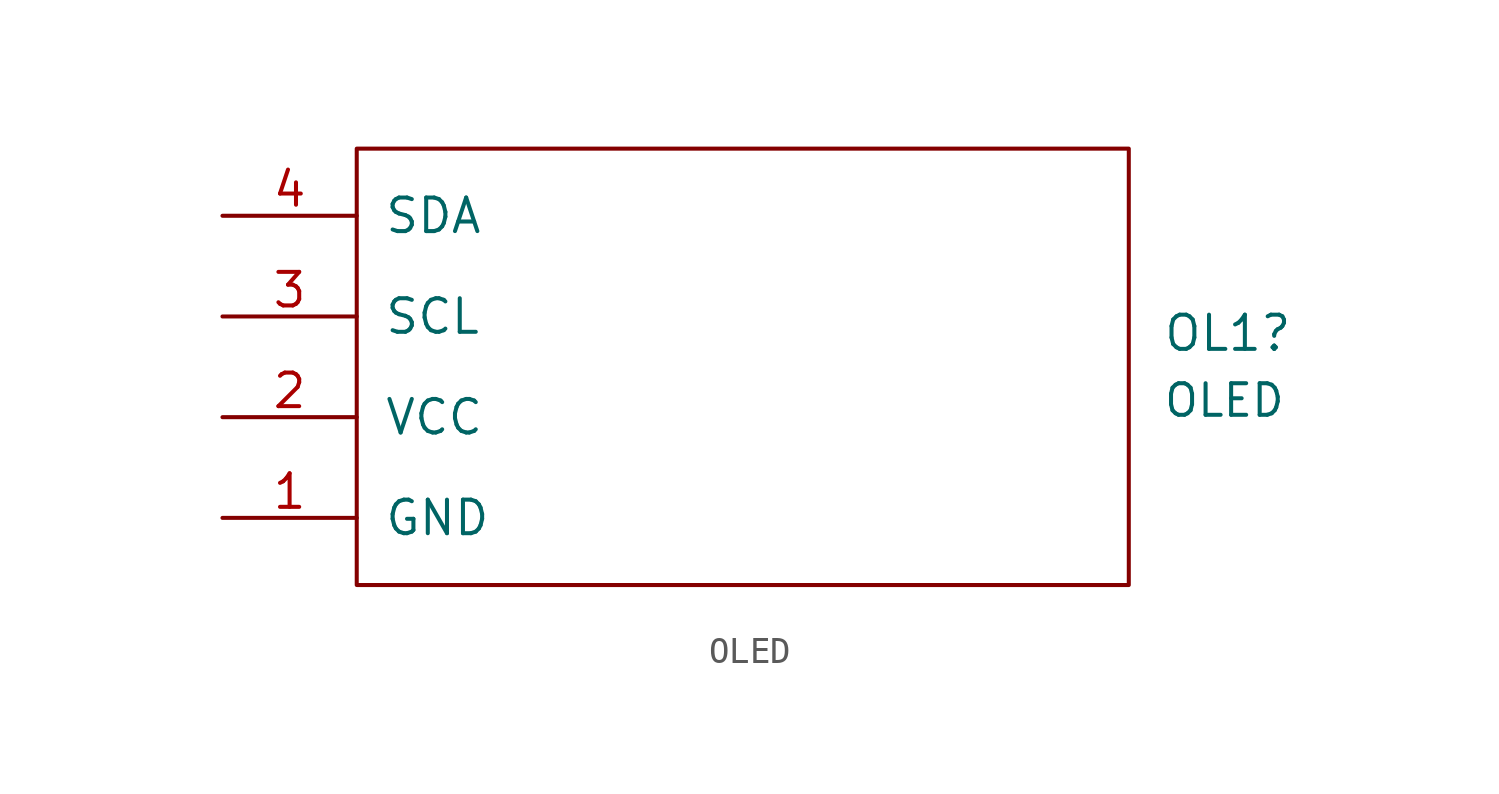
<source format=kicad_sym>
(kicad_symbol_lib
  (version 20231120)
  (generator "kicad_symbol_editor")
  (generator_version "8.0")
  (symbol "OLED"
    (pin_names
      (offset 1.016))
    (property "Reference" "OL1"
      (at 16.51 1.905 0)
      (effects (font (size 1.295 1.295)) (justify left)))
    (property "Value" "OLED"
      (at 16.51 -0.635 0)
      (effects (font (size 1.194 1.194)) (justify left)))
    (symbol "OLED_0_1"
      (rectangle (start -13.97 8.89) (end 15.24 -7.62) (stroke (width 0) (type solid)) (fill (type none))))
    (symbol "OLED_1_1"
      (pin power_in line (at -19.05 -5.08 0) (length 5.08) (name "GND" (effects (font (size 1.27 1.27)))) (number "1" (effects (font (size 1.27 1.27)))))
      (pin power_in line (at -19.05 -1.27 0) (length 5.08) (name "VCC" (effects (font (size 1.27 1.27)))) (number "2" (effects (font (size 1.27 1.27)))))
      (pin bidirectional line (at -19.05 2.54 0) (length 5.08) (name "SCL" (effects (font (size 1.27 1.27)))) (number "3" (effects (font (size 1.27 1.27)))))
      (pin bidirectional line (at -19.05 6.35 0) (length 5.08) (name "SDA" (effects (font (size 1.27 1.27)))) (number "4" (effects (font (size 1.27 1.27))))))))
</source>
